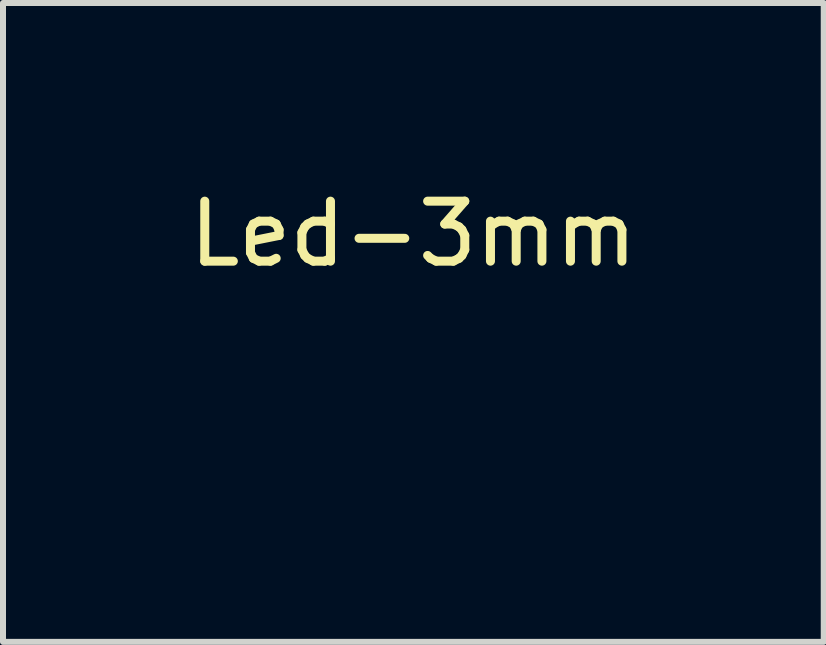
<source format=kicad_pcb>
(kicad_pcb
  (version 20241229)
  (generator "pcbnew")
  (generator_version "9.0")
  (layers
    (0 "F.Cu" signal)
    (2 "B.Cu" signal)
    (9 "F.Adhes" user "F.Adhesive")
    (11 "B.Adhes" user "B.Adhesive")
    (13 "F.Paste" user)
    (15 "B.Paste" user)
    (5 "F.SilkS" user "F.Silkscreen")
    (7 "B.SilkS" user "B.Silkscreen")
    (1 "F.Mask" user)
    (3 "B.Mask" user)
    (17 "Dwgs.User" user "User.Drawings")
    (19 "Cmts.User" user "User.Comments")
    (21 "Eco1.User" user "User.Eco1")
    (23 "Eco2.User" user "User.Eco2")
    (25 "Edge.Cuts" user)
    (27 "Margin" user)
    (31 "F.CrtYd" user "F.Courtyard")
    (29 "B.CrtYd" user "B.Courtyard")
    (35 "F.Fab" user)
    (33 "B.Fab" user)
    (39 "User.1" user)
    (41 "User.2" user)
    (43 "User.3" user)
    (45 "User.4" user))
  (footprint "Led-3mm"
    (layer "F.Cu")
    (at 3.339 3.148)
    (property "Reference" "Led-3mm" (at 0.5 -2.3 0) (unlocked yes) (layer "F.SilkS") (effects (font (size 1 1) (thickness 0.15))))
    (fp_circle (center 0 0) (end 1.5 0) (stroke (width 0.0001) (type default)) (fill no) (layer "Edge.Cuts")))
  (gr_rect
    (start -3 -3)
    (end 10.679 7.648)
    (stroke (width 0.1) (type default))
    (fill no)
    (layer "Edge.Cuts")))
</source>
